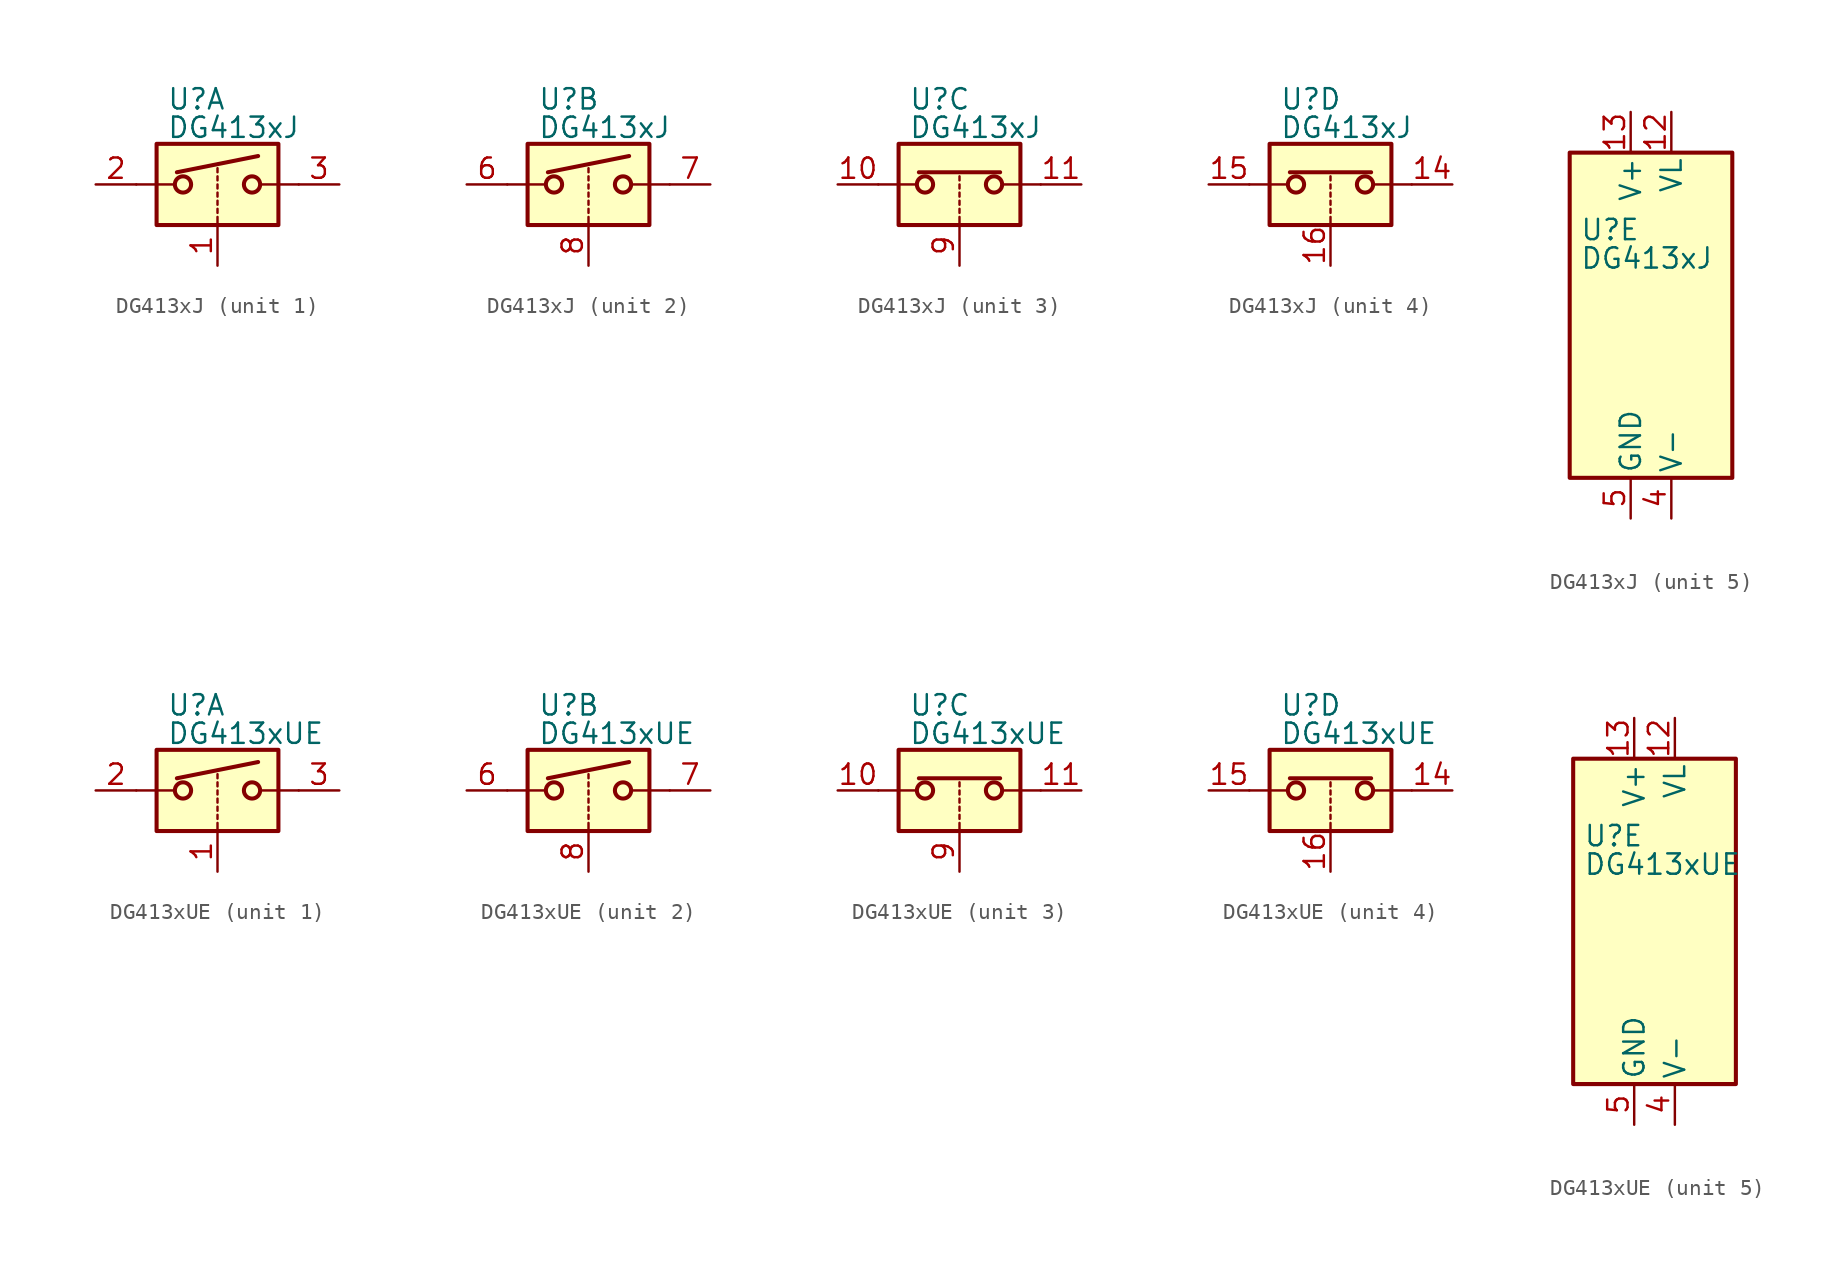
<source format=kicad_sym>
(kicad_symbol_lib
  (version 20220914)
  (generator kicad_symbol_editor)
  (symbol "DG413xJ"
    (pin_names
      (offset 0.254))
    (property "Reference" "U"
      (at -3.175 5.334 0)
      (effects (font (size 1.27 1.27)) (justify left)))
    (property "Value" "DG413xJ"
      (at -3.175 3.556 0)
      (effects (font (size 1.27 1.27)) (justify left)))
    (symbol "DG413xJ_1_1"
      (rectangle (start -3.81 2.54) (end 3.81 -2.54) (stroke (width 0.254) (type default)) (fill (type background)))
      (circle (center -2.159 0) (radius 0.508) (stroke (width 0.254) (type default)) (fill (type none)))
      (polyline (pts (xy -5.08 0) (xy -2.794 0)) (stroke (width 0) (type default)) (fill (type none)))
      (polyline (pts (xy -2.54 0.762) (xy 2.54 1.778)) (stroke (width 0.254) (type default)) (fill (type none)))
      (polyline (pts (xy 0 -2.54) (xy 0 -2.032)) (stroke (width 0) (type default)) (fill (type none)))
      (polyline (pts (xy 0 -1.778) (xy 0 -1.524)) (stroke (width 0) (type default)) (fill (type none)))
      (polyline (pts (xy 0 -1.27) (xy 0 -1.016)) (stroke (width 0) (type default)) (fill (type none)))
      (polyline (pts (xy 0 -0.762) (xy 0 -0.508)) (stroke (width 0) (type default)) (fill (type none)))
      (polyline (pts (xy 0 -0.254) (xy 0 0)) (stroke (width 0) (type default)) (fill (type none)))
      (polyline (pts (xy 0 0.254) (xy 0 0.508)) (stroke (width 0) (type default)) (fill (type none)))
      (polyline (pts (xy 0 0.762) (xy 0 1.016)) (stroke (width 0) (type default)) (fill (type none)))
      (polyline (pts (xy 5.08 0) (xy 2.794 0)) (stroke (width 0) (type default)) (fill (type none)))
      (circle (center 2.159 0) (radius 0.508) (stroke (width 0.254) (type default)) (fill (type none)))
      (pin input line (at 0 -5.08 90) (length 2.54) (name "~" (effects (font (size 1.27 1.27)))) (number "1" (effects (font (size 1.27 1.27)))))
      (pin passive line (at -7.62 0 0) (length 2.54) (name "~" (effects (font (size 1.27 1.27)))) (number "2" (effects (font (size 1.27 1.27)))))
      (pin passive line (at 7.62 0 180) (length 2.54) (name "~" (effects (font (size 1.27 1.27)))) (number "3" (effects (font (size 1.27 1.27))))))
    (symbol "DG413xJ_2_1"
      (rectangle (start -3.81 2.54) (end 3.81 -2.54) (stroke (width 0.254) (type default)) (fill (type background)))
      (circle (center -2.159 0) (radius 0.508) (stroke (width 0.254) (type default)) (fill (type none)))
      (polyline (pts (xy -5.08 0) (xy -2.794 0)) (stroke (width 0) (type default)) (fill (type none)))
      (polyline (pts (xy -2.54 0.762) (xy 2.54 1.778)) (stroke (width 0.254) (type default)) (fill (type none)))
      (polyline (pts (xy 0 -2.54) (xy 0 -2.032)) (stroke (width 0) (type default)) (fill (type none)))
      (polyline (pts (xy 0 -1.778) (xy 0 -1.524)) (stroke (width 0) (type default)) (fill (type none)))
      (polyline (pts (xy 0 -1.27) (xy 0 -1.016)) (stroke (width 0) (type default)) (fill (type none)))
      (polyline (pts (xy 0 -0.762) (xy 0 -0.508)) (stroke (width 0) (type default)) (fill (type none)))
      (polyline (pts (xy 0 -0.254) (xy 0 0)) (stroke (width 0) (type default)) (fill (type none)))
      (polyline (pts (xy 0 0.254) (xy 0 0.508)) (stroke (width 0) (type default)) (fill (type none)))
      (polyline (pts (xy 0 0.762) (xy 0 1.016)) (stroke (width 0) (type default)) (fill (type none)))
      (polyline (pts (xy 5.08 0) (xy 2.794 0)) (stroke (width 0) (type default)) (fill (type none)))
      (circle (center 2.159 0) (radius 0.508) (stroke (width 0.254) (type default)) (fill (type none)))
      (pin passive line (at -7.62 0 0) (length 2.54) (name "~" (effects (font (size 1.27 1.27)))) (number "6" (effects (font (size 1.27 1.27)))))
      (pin passive line (at 7.62 0 180) (length 2.54) (name "~" (effects (font (size 1.27 1.27)))) (number "7" (effects (font (size 1.27 1.27)))))
      (pin input line (at 0 -5.08 90) (length 2.54) (name "~" (effects (font (size 1.27 1.27)))) (number "8" (effects (font (size 1.27 1.27))))))
    (symbol "DG413xJ_3_1"
      (rectangle (start -3.81 2.54) (end 3.81 -2.54) (stroke (width 0.254) (type default)) (fill (type background)))
      (circle (center -2.159 0) (radius 0.508) (stroke (width 0.254) (type default)) (fill (type none)))
      (polyline (pts (xy -5.08 0) (xy -2.794 0)) (stroke (width 0) (type default)) (fill (type none)))
      (polyline (pts (xy -2.54 0.762) (xy 2.54 0.762)) (stroke (width 0.254) (type default)) (fill (type none)))
      (polyline (pts (xy 0 -2.54) (xy 0 -2.032)) (stroke (width 0) (type default)) (fill (type none)))
      (polyline (pts (xy 0 -1.778) (xy 0 -1.524)) (stroke (width 0) (type default)) (fill (type none)))
      (polyline (pts (xy 0 -1.27) (xy 0 -1.016)) (stroke (width 0) (type default)) (fill (type none)))
      (polyline (pts (xy 0 -0.762) (xy 0 -0.508)) (stroke (width 0) (type default)) (fill (type none)))
      (polyline (pts (xy 0 -0.254) (xy 0 0)) (stroke (width 0) (type default)) (fill (type none)))
      (polyline (pts (xy 0 0.254) (xy 0 0.508)) (stroke (width 0) (type default)) (fill (type none)))
      (polyline (pts (xy 5.08 0) (xy 2.794 0)) (stroke (width 0) (type default)) (fill (type none)))
      (circle (center 2.159 0) (radius 0.508) (stroke (width 0.254) (type default)) (fill (type none)))
      (pin passive line (at -7.62 0 0) (length 2.54) (name "~" (effects (font (size 1.27 1.27)))) (number "10" (effects (font (size 1.27 1.27)))))
      (pin passive line (at 7.62 0 180) (length 2.54) (name "~" (effects (font (size 1.27 1.27)))) (number "11" (effects (font (size 1.27 1.27)))))
      (pin input line (at 0 -5.08 90) (length 2.54) (name "~" (effects (font (size 1.27 1.27)))) (number "9" (effects (font (size 1.27 1.27))))))
    (symbol "DG413xJ_4_1"
      (rectangle (start -3.81 2.54) (end 3.81 -2.54) (stroke (width 0.254) (type default)) (fill (type background)))
      (circle (center -2.159 0) (radius 0.508) (stroke (width 0.254) (type default)) (fill (type none)))
      (polyline (pts (xy -5.08 0) (xy -2.794 0)) (stroke (width 0) (type default)) (fill (type none)))
      (polyline (pts (xy -2.54 0.762) (xy 2.54 0.762)) (stroke (width 0.254) (type default)) (fill (type none)))
      (polyline (pts (xy 0 -2.54) (xy 0 -2.032)) (stroke (width 0) (type default)) (fill (type none)))
      (polyline (pts (xy 0 -1.778) (xy 0 -1.524)) (stroke (width 0) (type default)) (fill (type none)))
      (polyline (pts (xy 0 -1.27) (xy 0 -1.016)) (stroke (width 0) (type default)) (fill (type none)))
      (polyline (pts (xy 0 -0.762) (xy 0 -0.508)) (stroke (width 0) (type default)) (fill (type none)))
      (polyline (pts (xy 0 -0.254) (xy 0 0)) (stroke (width 0) (type default)) (fill (type none)))
      (polyline (pts (xy 0 0.254) (xy 0 0.508)) (stroke (width 0) (type default)) (fill (type none)))
      (polyline (pts (xy 5.08 0) (xy 2.794 0)) (stroke (width 0) (type default)) (fill (type none)))
      (circle (center 2.159 0) (radius 0.508) (stroke (width 0.254) (type default)) (fill (type none)))
      (pin passive line (at 7.62 0 180) (length 2.54) (name "~" (effects (font (size 1.27 1.27)))) (number "14" (effects (font (size 1.27 1.27)))))
      (pin passive line (at -7.62 0 0) (length 2.54) (name "~" (effects (font (size 1.27 1.27)))) (number "15" (effects (font (size 1.27 1.27)))))
      (pin input line (at 0 -5.08 90) (length 2.54) (name "~" (effects (font (size 1.27 1.27)))) (number "16" (effects (font (size 1.27 1.27))))))
    (symbol "DG413xJ_5_0"
      (pin power_in line (at 2.54 12.7 270) (length 2.54) (name "VL" (effects (font (size 1.27 1.27)))) (number "12" (effects (font (size 1.27 1.27)))))
      (pin power_in line (at 0 12.7 270) (length 2.54) (name "V+" (effects (font (size 1.27 1.27)))) (number "13" (effects (font (size 1.27 1.27)))))
      (pin power_in line (at 2.54 -12.7 90) (length 2.54) (name "V-" (effects (font (size 1.27 1.27)))) (number "4" (effects (font (size 1.27 1.27)))))
      (pin power_in line (at 0 -12.7 90) (length 2.54) (name "GND" (effects (font (size 1.27 1.27)))) (number "5" (effects (font (size 1.27 1.27))))))
    (symbol "DG413xJ_5_1"
      (rectangle (start -3.81 10.16) (end 6.35 -10.16) (stroke (width 0.254) (type default)) (fill (type background)))))
  (symbol "DG413xUE"
    (pin_names
      (offset 0.254))
    (property "Reference" "U"
      (at -3.175 5.334 0)
      (effects (font (size 1.27 1.27)) (justify left)))
    (property "Value" "DG413xUE"
      (at -3.175 3.556 0)
      (effects (font (size 1.27 1.27)) (justify left)))
    (symbol "DG413xUE_1_1"
      (rectangle (start -3.81 2.54) (end 3.81 -2.54) (stroke (width 0.254) (type default)) (fill (type background)))
      (circle (center -2.159 0) (radius 0.508) (stroke (width 0.254) (type default)) (fill (type none)))
      (polyline (pts (xy -5.08 0) (xy -2.794 0)) (stroke (width 0) (type default)) (fill (type none)))
      (polyline (pts (xy -2.54 0.762) (xy 2.54 1.778)) (stroke (width 0.254) (type default)) (fill (type none)))
      (polyline (pts (xy 0 -2.54) (xy 0 -2.032)) (stroke (width 0) (type default)) (fill (type none)))
      (polyline (pts (xy 0 -1.778) (xy 0 -1.524)) (stroke (width 0) (type default)) (fill (type none)))
      (polyline (pts (xy 0 -1.27) (xy 0 -1.016)) (stroke (width 0) (type default)) (fill (type none)))
      (polyline (pts (xy 0 -0.762) (xy 0 -0.508)) (stroke (width 0) (type default)) (fill (type none)))
      (polyline (pts (xy 0 -0.254) (xy 0 0)) (stroke (width 0) (type default)) (fill (type none)))
      (polyline (pts (xy 0 0.254) (xy 0 0.508)) (stroke (width 0) (type default)) (fill (type none)))
      (polyline (pts (xy 0 0.762) (xy 0 1.016)) (stroke (width 0) (type default)) (fill (type none)))
      (polyline (pts (xy 5.08 0) (xy 2.794 0)) (stroke (width 0) (type default)) (fill (type none)))
      (circle (center 2.159 0) (radius 0.508) (stroke (width 0.254) (type default)) (fill (type none)))
      (pin input line (at 0 -5.08 90) (length 2.54) (name "~" (effects (font (size 1.27 1.27)))) (number "1" (effects (font (size 1.27 1.27)))))
      (pin passive line (at -7.62 0 0) (length 2.54) (name "~" (effects (font (size 1.27 1.27)))) (number "2" (effects (font (size 1.27 1.27)))))
      (pin passive line (at 7.62 0 180) (length 2.54) (name "~" (effects (font (size 1.27 1.27)))) (number "3" (effects (font (size 1.27 1.27))))))
    (symbol "DG413xUE_2_1"
      (rectangle (start -3.81 2.54) (end 3.81 -2.54) (stroke (width 0.254) (type default)) (fill (type background)))
      (circle (center -2.159 0) (radius 0.508) (stroke (width 0.254) (type default)) (fill (type none)))
      (polyline (pts (xy -5.08 0) (xy -2.794 0)) (stroke (width 0) (type default)) (fill (type none)))
      (polyline (pts (xy -2.54 0.762) (xy 2.54 1.778)) (stroke (width 0.254) (type default)) (fill (type none)))
      (polyline (pts (xy 0 -2.54) (xy 0 -2.032)) (stroke (width 0) (type default)) (fill (type none)))
      (polyline (pts (xy 0 -1.778) (xy 0 -1.524)) (stroke (width 0) (type default)) (fill (type none)))
      (polyline (pts (xy 0 -1.27) (xy 0 -1.016)) (stroke (width 0) (type default)) (fill (type none)))
      (polyline (pts (xy 0 -0.762) (xy 0 -0.508)) (stroke (width 0) (type default)) (fill (type none)))
      (polyline (pts (xy 0 -0.254) (xy 0 0)) (stroke (width 0) (type default)) (fill (type none)))
      (polyline (pts (xy 0 0.254) (xy 0 0.508)) (stroke (width 0) (type default)) (fill (type none)))
      (polyline (pts (xy 0 0.762) (xy 0 1.016)) (stroke (width 0) (type default)) (fill (type none)))
      (polyline (pts (xy 5.08 0) (xy 2.794 0)) (stroke (width 0) (type default)) (fill (type none)))
      (circle (center 2.159 0) (radius 0.508) (stroke (width 0.254) (type default)) (fill (type none)))
      (pin passive line (at -7.62 0 0) (length 2.54) (name "~" (effects (font (size 1.27 1.27)))) (number "6" (effects (font (size 1.27 1.27)))))
      (pin passive line (at 7.62 0 180) (length 2.54) (name "~" (effects (font (size 1.27 1.27)))) (number "7" (effects (font (size 1.27 1.27)))))
      (pin input line (at 0 -5.08 90) (length 2.54) (name "~" (effects (font (size 1.27 1.27)))) (number "8" (effects (font (size 1.27 1.27))))))
    (symbol "DG413xUE_3_1"
      (rectangle (start -3.81 2.54) (end 3.81 -2.54) (stroke (width 0.254) (type default)) (fill (type background)))
      (circle (center -2.159 0) (radius 0.508) (stroke (width 0.254) (type default)) (fill (type none)))
      (polyline (pts (xy -5.08 0) (xy -2.794 0)) (stroke (width 0) (type default)) (fill (type none)))
      (polyline (pts (xy -2.54 0.762) (xy 2.54 0.762)) (stroke (width 0.254) (type default)) (fill (type none)))
      (polyline (pts (xy 0 -2.54) (xy 0 -2.032)) (stroke (width 0) (type default)) (fill (type none)))
      (polyline (pts (xy 0 -1.778) (xy 0 -1.524)) (stroke (width 0) (type default)) (fill (type none)))
      (polyline (pts (xy 0 -1.27) (xy 0 -1.016)) (stroke (width 0) (type default)) (fill (type none)))
      (polyline (pts (xy 0 -0.762) (xy 0 -0.508)) (stroke (width 0) (type default)) (fill (type none)))
      (polyline (pts (xy 0 -0.254) (xy 0 0)) (stroke (width 0) (type default)) (fill (type none)))
      (polyline (pts (xy 0 0.254) (xy 0 0.508)) (stroke (width 0) (type default)) (fill (type none)))
      (polyline (pts (xy 5.08 0) (xy 2.794 0)) (stroke (width 0) (type default)) (fill (type none)))
      (circle (center 2.159 0) (radius 0.508) (stroke (width 0.254) (type default)) (fill (type none)))
      (pin passive line (at -7.62 0 0) (length 2.54) (name "~" (effects (font (size 1.27 1.27)))) (number "10" (effects (font (size 1.27 1.27)))))
      (pin passive line (at 7.62 0 180) (length 2.54) (name "~" (effects (font (size 1.27 1.27)))) (number "11" (effects (font (size 1.27 1.27)))))
      (pin input line (at 0 -5.08 90) (length 2.54) (name "~" (effects (font (size 1.27 1.27)))) (number "9" (effects (font (size 1.27 1.27))))))
    (symbol "DG413xUE_4_1"
      (rectangle (start -3.81 2.54) (end 3.81 -2.54) (stroke (width 0.254) (type default)) (fill (type background)))
      (circle (center -2.159 0) (radius 0.508) (stroke (width 0.254) (type default)) (fill (type none)))
      (polyline (pts (xy -5.08 0) (xy -2.794 0)) (stroke (width 0) (type default)) (fill (type none)))
      (polyline (pts (xy -2.54 0.762) (xy 2.54 0.762)) (stroke (width 0.254) (type default)) (fill (type none)))
      (polyline (pts (xy 0 -2.54) (xy 0 -2.032)) (stroke (width 0) (type default)) (fill (type none)))
      (polyline (pts (xy 0 -1.778) (xy 0 -1.524)) (stroke (width 0) (type default)) (fill (type none)))
      (polyline (pts (xy 0 -1.27) (xy 0 -1.016)) (stroke (width 0) (type default)) (fill (type none)))
      (polyline (pts (xy 0 -0.762) (xy 0 -0.508)) (stroke (width 0) (type default)) (fill (type none)))
      (polyline (pts (xy 0 -0.254) (xy 0 0)) (stroke (width 0) (type default)) (fill (type none)))
      (polyline (pts (xy 0 0.254) (xy 0 0.508)) (stroke (width 0) (type default)) (fill (type none)))
      (polyline (pts (xy 5.08 0) (xy 2.794 0)) (stroke (width 0) (type default)) (fill (type none)))
      (circle (center 2.159 0) (radius 0.508) (stroke (width 0.254) (type default)) (fill (type none)))
      (pin passive line (at 7.62 0 180) (length 2.54) (name "~" (effects (font (size 1.27 1.27)))) (number "14" (effects (font (size 1.27 1.27)))))
      (pin passive line (at -7.62 0 0) (length 2.54) (name "~" (effects (font (size 1.27 1.27)))) (number "15" (effects (font (size 1.27 1.27)))))
      (pin input line (at 0 -5.08 90) (length 2.54) (name "~" (effects (font (size 1.27 1.27)))) (number "16" (effects (font (size 1.27 1.27))))))
    (symbol "DG413xUE_5_0"
      (pin power_in line (at 2.54 12.7 270) (length 2.54) (name "VL" (effects (font (size 1.27 1.27)))) (number "12" (effects (font (size 1.27 1.27)))))
      (pin power_in line (at 0 12.7 270) (length 2.54) (name "V+" (effects (font (size 1.27 1.27)))) (number "13" (effects (font (size 1.27 1.27)))))
      (pin power_in line (at 2.54 -12.7 90) (length 2.54) (name "V-" (effects (font (size 1.27 1.27)))) (number "4" (effects (font (size 1.27 1.27)))))
      (pin power_in line (at 0 -12.7 90) (length 2.54) (name "GND" (effects (font (size 1.27 1.27)))) (number "5" (effects (font (size 1.27 1.27))))))
    (symbol "DG413xUE_5_1"
      (rectangle (start -3.81 10.16) (end 6.35 -10.16) (stroke (width 0.254) (type default)) (fill (type background))))))
</source>
